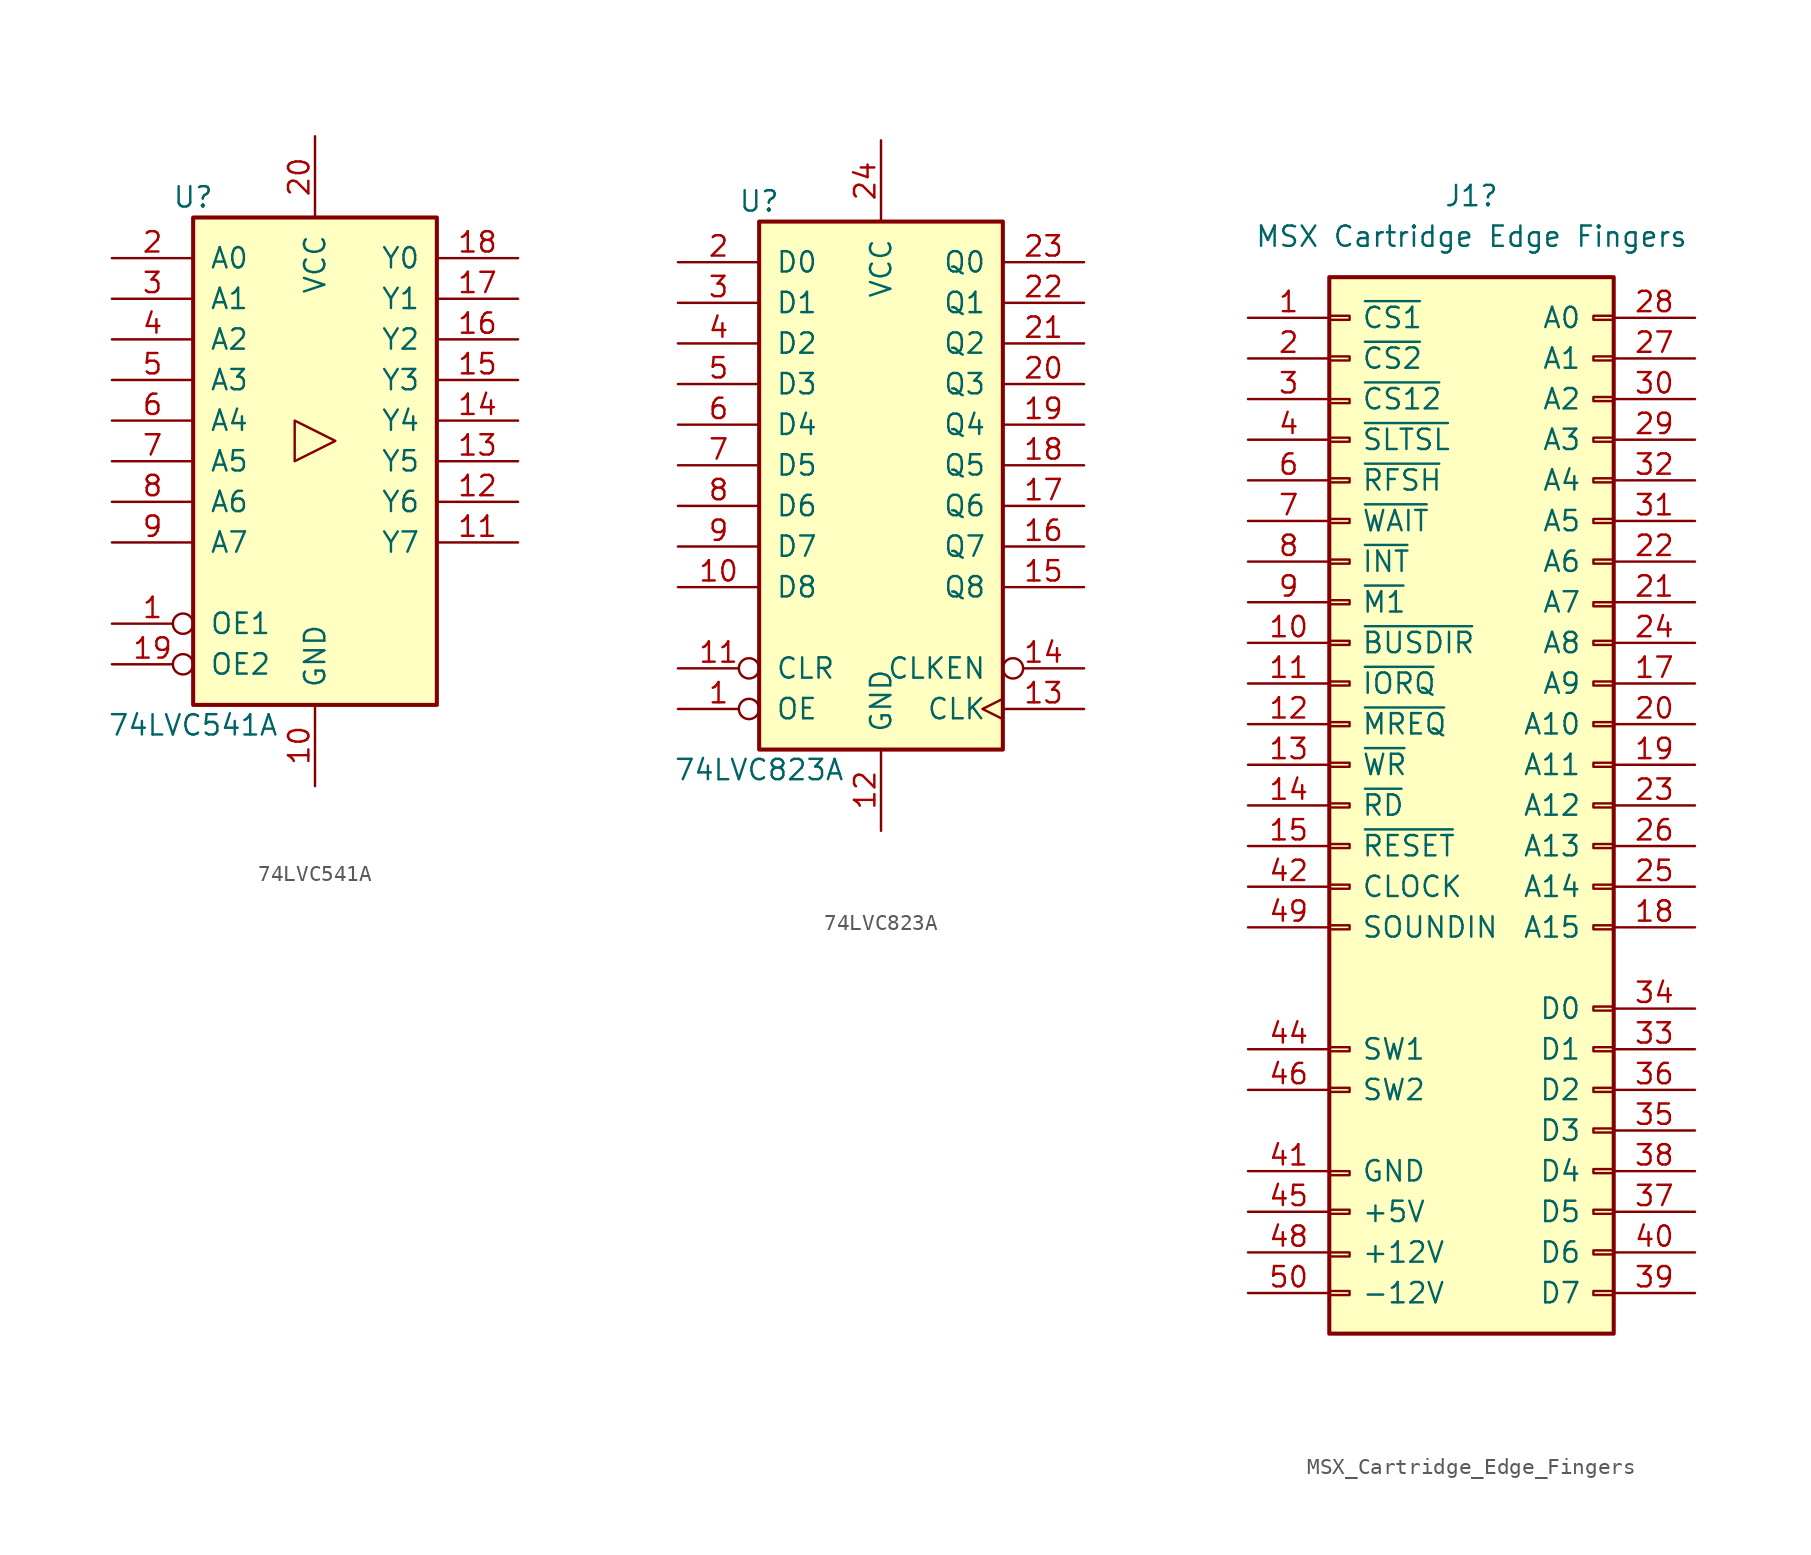
<source format=kicad_sym>
(kicad_symbol_lib
  (version 20241209)
  (generator "kicad_symbol_editor")
  (generator_version "9.0")
  (symbol "74LVC541A"
    (pin_names
      (offset 1.016))
    (property "Reference" "U"
      (at -7.62 16.51 0)
      (effects (font (size 1.27 1.27))))
    (property "Value" "74LVC541A"
      (at -7.62 -16.51 0)
      (effects (font (size 1.27 1.27))))
    (symbol "74LVC541A_1_0"
      (polyline (pts (xy 1.27 1.27) (xy -1.27 2.54) (xy -1.27 0) (xy 1.27 1.27)) (stroke (width 0.152) (type default)) (fill (type none)))
      (pin input line (at -12.7 12.7 0) (length 5.08) (name "A0" (effects (font (size 1.27 1.27)))) (number "2" (effects (font (size 1.27 1.27)))))
      (pin input line (at -12.7 10.16 0) (length 5.08) (name "A1" (effects (font (size 1.27 1.27)))) (number "3" (effects (font (size 1.27 1.27)))))
      (pin input line (at -12.7 7.62 0) (length 5.08) (name "A2" (effects (font (size 1.27 1.27)))) (number "4" (effects (font (size 1.27 1.27)))))
      (pin input line (at -12.7 5.08 0) (length 5.08) (name "A3" (effects (font (size 1.27 1.27)))) (number "5" (effects (font (size 1.27 1.27)))))
      (pin input line (at -12.7 2.54 0) (length 5.08) (name "A4" (effects (font (size 1.27 1.27)))) (number "6" (effects (font (size 1.27 1.27)))))
      (pin input line (at -12.7 0 0) (length 5.08) (name "A5" (effects (font (size 1.27 1.27)))) (number "7" (effects (font (size 1.27 1.27)))))
      (pin input line (at -12.7 -2.54 0) (length 5.08) (name "A6" (effects (font (size 1.27 1.27)))) (number "8" (effects (font (size 1.27 1.27)))))
      (pin input line (at -12.7 -5.08 0) (length 5.08) (name "A7" (effects (font (size 1.27 1.27)))) (number "9" (effects (font (size 1.27 1.27)))))
      (pin input inverted (at -12.7 -10.16 0) (length 5.08) (name "OE1" (effects (font (size 1.27 1.27)))) (number "1" (effects (font (size 1.27 1.27)))))
      (pin input inverted (at -12.7 -12.7 0) (length 5.08) (name "OE2" (effects (font (size 1.27 1.27)))) (number "19" (effects (font (size 1.27 1.27)))))
      (pin power_in line (at 0 20.32 270) (length 5.08) (name "VCC" (effects (font (size 1.27 1.27)))) (number "20" (effects (font (size 1.27 1.27)))))
      (pin power_in line (at 0 -20.32 90) (length 5.08) (name "GND" (effects (font (size 1.27 1.27)))) (number "10" (effects (font (size 1.27 1.27)))))
      (pin tri_state line (at 12.7 12.7 180) (length 5.08) (name "Y0" (effects (font (size 1.27 1.27)))) (number "18" (effects (font (size 1.27 1.27)))))
      (pin tri_state line (at 12.7 10.16 180) (length 5.08) (name "Y1" (effects (font (size 1.27 1.27)))) (number "17" (effects (font (size 1.27 1.27)))))
      (pin tri_state line (at 12.7 7.62 180) (length 5.08) (name "Y2" (effects (font (size 1.27 1.27)))) (number "16" (effects (font (size 1.27 1.27)))))
      (pin tri_state line (at 12.7 5.08 180) (length 5.08) (name "Y3" (effects (font (size 1.27 1.27)))) (number "15" (effects (font (size 1.27 1.27)))))
      (pin tri_state line (at 12.7 2.54 180) (length 5.08) (name "Y4" (effects (font (size 1.27 1.27)))) (number "14" (effects (font (size 1.27 1.27)))))
      (pin tri_state line (at 12.7 0 180) (length 5.08) (name "Y5" (effects (font (size 1.27 1.27)))) (number "13" (effects (font (size 1.27 1.27)))))
      (pin tri_state line (at 12.7 -2.54 180) (length 5.08) (name "Y6" (effects (font (size 1.27 1.27)))) (number "12" (effects (font (size 1.27 1.27)))))
      (pin tri_state line (at 12.7 -5.08 180) (length 5.08) (name "Y7" (effects (font (size 1.27 1.27)))) (number "11" (effects (font (size 1.27 1.27))))))
    (symbol "74LVC541A_1_1"
      (rectangle (start -7.62 15.24) (end 7.62 -15.24) (stroke (width 0.254) (type default)) (fill (type background)))))
  (symbol "74LVC823A"
    (pin_names
      (offset 1.016))
    (property "Reference" "U"
      (at -7.62 17.78 0)
      (effects (font (size 1.27 1.27))))
    (property "Value" "74LVC823A"
      (at -7.62 -17.78 0)
      (effects (font (size 1.27 1.27))))
    (symbol "74LVC823A_1_0"
      (pin input line (at -12.7 13.97 0) (length 5.08) (name "D0" (effects (font (size 1.27 1.27)))) (number "2" (effects (font (size 1.27 1.27)))))
      (pin input line (at -12.7 11.43 0) (length 5.08) (name "D1" (effects (font (size 1.27 1.27)))) (number "3" (effects (font (size 1.27 1.27)))))
      (pin input line (at -12.7 8.89 0) (length 5.08) (name "D2" (effects (font (size 1.27 1.27)))) (number "4" (effects (font (size 1.27 1.27)))))
      (pin input line (at -12.7 6.35 0) (length 5.08) (name "D3" (effects (font (size 1.27 1.27)))) (number "5" (effects (font (size 1.27 1.27)))))
      (pin input line (at -12.7 3.81 0) (length 5.08) (name "D4" (effects (font (size 1.27 1.27)))) (number "6" (effects (font (size 1.27 1.27)))))
      (pin input line (at -12.7 1.27 0) (length 5.08) (name "D5" (effects (font (size 1.27 1.27)))) (number "7" (effects (font (size 1.27 1.27)))))
      (pin input line (at -12.7 -1.27 0) (length 5.08) (name "D6" (effects (font (size 1.27 1.27)))) (number "8" (effects (font (size 1.27 1.27)))))
      (pin input line (at -12.7 -3.81 0) (length 5.08) (name "D7" (effects (font (size 1.27 1.27)))) (number "9" (effects (font (size 1.27 1.27)))))
      (pin input line (at -12.7 -6.35 0) (length 5.08) (name "D8" (effects (font (size 1.27 1.27)))) (number "10" (effects (font (size 1.27 1.27)))))
      (pin input inverted (at -12.7 -11.43 0) (length 5.08) (name "CLR" (effects (font (size 1.27 1.27)))) (number "11" (effects (font (size 1.27 1.27)))))
      (pin input inverted (at -12.7 -13.97 0) (length 5.08) (name "OE" (effects (font (size 1.27 1.27)))) (number "1" (effects (font (size 1.27 1.27)))))
      (pin power_in line (at 0 21.59 270) (length 5.08) (name "VCC" (effects (font (size 1.27 1.27)))) (number "24" (effects (font (size 1.27 1.27)))))
      (pin power_in line (at 0 -21.59 90) (length 5.08) (name "GND" (effects (font (size 1.27 1.27)))) (number "12" (effects (font (size 1.27 1.27)))))
      (pin tri_state line (at 12.7 13.97 180) (length 5.08) (name "Q0" (effects (font (size 1.27 1.27)))) (number "23" (effects (font (size 1.27 1.27)))))
      (pin tri_state line (at 12.7 11.43 180) (length 5.08) (name "Q1" (effects (font (size 1.27 1.27)))) (number "22" (effects (font (size 1.27 1.27)))))
      (pin tri_state line (at 12.7 8.89 180) (length 5.08) (name "Q2" (effects (font (size 1.27 1.27)))) (number "21" (effects (font (size 1.27 1.27)))))
      (pin tri_state line (at 12.7 6.35 180) (length 5.08) (name "Q3" (effects (font (size 1.27 1.27)))) (number "20" (effects (font (size 1.27 1.27)))))
      (pin tri_state line (at 12.7 3.81 180) (length 5.08) (name "Q4" (effects (font (size 1.27 1.27)))) (number "19" (effects (font (size 1.27 1.27)))))
      (pin tri_state line (at 12.7 1.27 180) (length 5.08) (name "Q5" (effects (font (size 1.27 1.27)))) (number "18" (effects (font (size 1.27 1.27)))))
      (pin tri_state line (at 12.7 -1.27 180) (length 5.08) (name "Q6" (effects (font (size 1.27 1.27)))) (number "17" (effects (font (size 1.27 1.27)))))
      (pin tri_state line (at 12.7 -3.81 180) (length 5.08) (name "Q7" (effects (font (size 1.27 1.27)))) (number "16" (effects (font (size 1.27 1.27)))))
      (pin tri_state line (at 12.7 -6.35 180) (length 5.08) (name "Q8" (effects (font (size 1.27 1.27)))) (number "15" (effects (font (size 1.27 1.27)))))
      (pin input inverted (at 12.7 -11.43 180) (length 5.08) (name "CLKEN" (effects (font (size 1.27 1.27)))) (number "14" (effects (font (size 1.27 1.27)))))
      (pin input clock (at 12.7 -13.97 180) (length 5.08) (name "CLK" (effects (font (size 1.27 1.27)))) (number "13" (effects (font (size 1.27 1.27))))))
    (symbol "74LVC823A_1_1"
      (rectangle (start -7.62 16.51) (end 7.62 -16.51) (stroke (width 0.254) (type default)) (fill (type background)))))
  (symbol "MSX_Cartridge_Edge_Fingers"
    (pin_names
      (offset 2))
    (property "Reference" "J1"
      (at 0 38.1 0)
      (effects (font (size 1.27 1.27))))
    (property "Value" "MSX Cartridge Edge Fingers"
      (at 0 35.56 0)
      (effects (font (size 1.27 1.27))))
    (symbol "MSX_Cartridge_Edge_Fingers_1_1"
      (rectangle (start -8.89 33.02) (end 8.89 -33.02) (stroke (width 0.254) (type default)) (fill (type background)))
      (rectangle (start -8.89 30.607) (end -7.62 30.353) (stroke (width 0.152) (type default)) (fill (type none)))
      (rectangle (start -8.89 28.067) (end -7.62 27.813) (stroke (width 0.152) (type default)) (fill (type none)))
      (rectangle (start -8.89 25.4) (end -7.62 25.146) (stroke (width 0.152) (type default)) (fill (type none)))
      (rectangle (start -8.89 22.987) (end -7.62 22.733) (stroke (width 0.152) (type default)) (fill (type none)))
      (rectangle (start -8.89 20.447) (end -7.62 20.193) (stroke (width 0.152) (type default)) (fill (type none)))
      (rectangle (start -8.89 17.907) (end -7.62 17.653) (stroke (width 0.152) (type default)) (fill (type none)))
      (rectangle (start -8.89 15.367) (end -7.62 15.113) (stroke (width 0.152) (type default)) (fill (type none)))
      (rectangle (start -8.89 12.827) (end -7.62 12.573) (stroke (width 0.152) (type default)) (fill (type none)))
      (rectangle (start -8.89 10.287) (end -7.62 10.033) (stroke (width 0.152) (type default)) (fill (type none)))
      (rectangle (start -8.89 7.747) (end -7.62 7.493) (stroke (width 0.152) (type default)) (fill (type none)))
      (rectangle (start -8.89 5.207) (end -7.62 4.953) (stroke (width 0.152) (type default)) (fill (type none)))
      (rectangle (start -8.89 2.667) (end -7.62 2.413) (stroke (width 0.152) (type default)) (fill (type none)))
      (rectangle (start -8.89 0.127) (end -7.62 -0.127) (stroke (width 0.152) (type default)) (fill (type none)))
      (rectangle (start -8.89 -2.413) (end -7.62 -2.667) (stroke (width 0.152) (type default)) (fill (type none)))
      (rectangle (start -8.89 -4.953) (end -7.62 -5.207) (stroke (width 0.152) (type default)) (fill (type none)))
      (rectangle (start -8.89 -7.493) (end -7.62 -7.747) (stroke (width 0.152) (type default)) (fill (type none)))
      (rectangle (start -8.89 -15.113) (end -7.62 -15.367) (stroke (width 0.152) (type default)) (fill (type none)))
      (rectangle (start -8.89 -17.653) (end -7.62 -17.907) (stroke (width 0.152) (type default)) (fill (type none)))
      (rectangle (start -8.89 -22.86) (end -7.62 -23.114) (stroke (width 0.152) (type default)) (fill (type none)))
      (rectangle (start -8.89 -25.273) (end -7.62 -25.527) (stroke (width 0.152) (type default)) (fill (type none)))
      (rectangle (start -8.89 -27.94) (end -7.62 -28.194) (stroke (width 0.152) (type default)) (fill (type none)))
      (rectangle (start -8.89 -30.353) (end -7.62 -30.607) (stroke (width 0.152) (type default)) (fill (type none)))
      (rectangle (start 7.62 12.7) (end 8.89 12.446) (stroke (width 0.152) (type default)) (fill (type none)))
      (rectangle (start 7.62 -22.733) (end 8.89 -22.987) (stroke (width 0.152) (type default)) (fill (type none)))
      (rectangle (start 8.89 30.607) (end 7.62 30.353) (stroke (width 0.152) (type default)) (fill (type none)))
      (rectangle (start 8.89 28.067) (end 7.62 27.813) (stroke (width 0.152) (type default)) (fill (type none)))
      (rectangle (start 8.89 25.527) (end 7.62 25.273) (stroke (width 0.152) (type default)) (fill (type none)))
      (rectangle (start 8.89 22.987) (end 7.62 22.733) (stroke (width 0.152) (type default)) (fill (type none)))
      (rectangle (start 8.89 20.447) (end 7.62 20.193) (stroke (width 0.152) (type default)) (fill (type none)))
      (rectangle (start 8.89 17.907) (end 7.62 17.653) (stroke (width 0.152) (type default)) (fill (type none)))
      (rectangle (start 8.89 15.367) (end 7.62 15.113) (stroke (width 0.152) (type default)) (fill (type none)))
      (rectangle (start 8.89 10.287) (end 7.62 10.033) (stroke (width 0.152) (type default)) (fill (type none)))
      (rectangle (start 8.89 7.747) (end 7.62 7.493) (stroke (width 0.152) (type default)) (fill (type none)))
      (rectangle (start 8.89 5.207) (end 7.62 4.953) (stroke (width 0.152) (type default)) (fill (type none)))
      (rectangle (start 8.89 2.667) (end 7.62 2.413) (stroke (width 0.152) (type default)) (fill (type none)))
      (rectangle (start 8.89 0.127) (end 7.62 -0.127) (stroke (width 0.152) (type default)) (fill (type none)))
      (rectangle (start 8.89 -2.413) (end 7.62 -2.667) (stroke (width 0.152) (type default)) (fill (type none)))
      (rectangle (start 8.89 -4.953) (end 7.62 -5.207) (stroke (width 0.152) (type default)) (fill (type none)))
      (rectangle (start 8.89 -7.493) (end 7.62 -7.747) (stroke (width 0.152) (type default)) (fill (type none)))
      (rectangle (start 8.89 -12.573) (end 7.62 -12.827) (stroke (width 0.152) (type default)) (fill (type none)))
      (rectangle (start 8.89 -15.113) (end 7.62 -15.367) (stroke (width 0.152) (type default)) (fill (type none)))
      (rectangle (start 8.89 -17.653) (end 7.62 -17.907) (stroke (width 0.152) (type default)) (fill (type none)))
      (rectangle (start 8.89 -20.193) (end 7.62 -20.447) (stroke (width 0.152) (type default)) (fill (type none)))
      (rectangle (start 8.89 -25.273) (end 7.62 -25.527) (stroke (width 0.152) (type default)) (fill (type none)))
      (rectangle (start 8.89 -27.813) (end 7.62 -28.067) (stroke (width 0.152) (type default)) (fill (type none)))
      (rectangle (start 8.89 -30.353) (end 7.62 -30.607) (stroke (width 0.152) (type default)) (fill (type none)))
      (pin output line (at -13.97 30.48 0) (length 5.08) (name "~{CS1}" (effects (font (size 1.27 1.27)))) (number "1" (effects (font (size 1.27 1.27)))))
      (pin output line (at -13.97 27.94 0) (length 5.08) (name "~{CS2}" (effects (font (size 1.27 1.27)))) (number "2" (effects (font (size 1.27 1.27)))))
      (pin output line (at -13.97 25.4 0) (length 5.08) (name "~{CS12}" (effects (font (size 1.27 1.27)))) (number "3" (effects (font (size 1.27 1.27)))))
      (pin output line (at -13.97 22.86 0) (length 5.08) (name "~{SLTSL}" (effects (font (size 1.27 1.27)))) (number "4" (effects (font (size 1.27 1.27)))))
      (pin output line (at -13.97 20.32 0) (length 5.08) (name "~{RFSH}" (effects (font (size 1.27 1.27)))) (number "6" (effects (font (size 1.27 1.27)))))
      (pin open_collector line (at -13.97 17.78 0) (length 5.08) (name "~{WAIT}" (effects (font (size 1.27 1.27)))) (number "7" (effects (font (size 1.27 1.27)))))
      (pin open_collector line (at -13.97 15.24 0) (length 5.08) (name "~{INT}" (effects (font (size 1.27 1.27)))) (number "8" (effects (font (size 1.27 1.27)))))
      (pin output line (at -13.97 12.7 0) (length 5.08) (name "~{M1}" (effects (font (size 1.27 1.27)))) (number "9" (effects (font (size 1.27 1.27)))))
      (pin input line (at -13.97 10.16 0) (length 5.08) (name "~{BUSDIR}" (effects (font (size 1.27 1.27)))) (number "10" (effects (font (size 1.27 1.27)))))
      (pin output line (at -13.97 7.62 0) (length 5.08) (name "~{IORQ}" (effects (font (size 1.27 1.27)))) (number "11" (effects (font (size 1.27 1.27)))))
      (pin output line (at -13.97 5.08 0) (length 5.08) (name "~{MREQ}" (effects (font (size 1.27 1.27)))) (number "12" (effects (font (size 1.27 1.27)))))
      (pin output line (at -13.97 2.54 0) (length 5.08) (name "~{WR}" (effects (font (size 1.27 1.27)))) (number "13" (effects (font (size 1.27 1.27)))))
      (pin output line (at -13.97 0 0) (length 5.08) (name "~{RD}" (effects (font (size 1.27 1.27)))) (number "14" (effects (font (size 1.27 1.27)))))
      (pin output line (at -13.97 -2.54 0) (length 5.08) (name "~{RESET}" (effects (font (size 1.27 1.27)))) (number "15" (effects (font (size 1.27 1.27)))))
      (pin output line (at -13.97 -5.08 0) (length 5.08) (name "CLOCK" (effects (font (size 1.27 1.27)))) (number "42" (effects (font (size 1.27 1.27)))))
      (pin input line (at -13.97 -7.62 0) (length 5.08) (name "SOUNDIN" (effects (font (size 1.27 1.27)))) (number "49" (effects (font (size 1.27 1.27)))))
      (pin power_out line (at -13.97 -15.24 0) (length 5.08) (name "SW1" (effects (font (size 1.27 1.27)))) (number "44" (effects (font (size 1.27 1.27)))))
      (pin power_in line (at -13.97 -17.78 0) (length 5.08) (name "SW2" (effects (font (size 1.27 1.27)))) (number "46" (effects (font (size 1.27 1.27)))))
      (pin power_out line (at -13.97 -22.86 0) (length 5.08) (name "GND" (effects (font (size 1.27 1.27)))) (number "41" (effects (font (size 1.27 1.27)))))
      (pin passive line (at -13.97 -22.86 0) (length 5.08) (hide yes) (name "GND" (effects (font (size 1.27 1.27)))) (number "43" (effects (font (size 1.27 1.27)))))
      (pin power_out line (at -13.97 -25.4 0) (length 5.08) (name "+5V" (effects (font (size 1.27 1.27)))) (number "45" (effects (font (size 1.27 1.27)))))
      (pin passive line (at -13.97 -25.4 0) (length 5.08) (hide yes) (name "+5V" (effects (font (size 1.27 1.27)))) (number "47" (effects (font (size 1.27 1.27)))))
      (pin power_out line (at -13.97 -27.94 0) (length 5.08) (name "+12V" (effects (font (size 1.27 1.27)))) (number "48" (effects (font (size 1.27 1.27)))))
      (pin power_out line (at -13.97 -30.48 0) (length 5.08) (name "-12V" (effects (font (size 1.27 1.27)))) (number "50" (effects (font (size 1.27 1.27)))))
      (pin no_connect non_logic (at -8.89 -10.16 0) (length 5.08) (hide yes) (name "N.C." (effects (font (size 1.27 1.27)))) (number "5" (effects (font (size 1.27 1.27)))))
      (pin no_connect non_logic (at -8.89 -12.7 0) (length 5.08) (hide yes) (name "N.C." (effects (font (size 1.27 1.27)))) (number "16" (effects (font (size 1.27 1.27)))))
      (pin output line (at 13.97 30.48 180) (length 5.08) (name "A0" (effects (font (size 1.27 1.27)))) (number "28" (effects (font (size 1.27 1.27)))))
      (pin output line (at 13.97 27.94 180) (length 5.08) (name "A1" (effects (font (size 1.27 1.27)))) (number "27" (effects (font (size 1.27 1.27)))))
      (pin output line (at 13.97 25.4 180) (length 5.08) (name "A2" (effects (font (size 1.27 1.27)))) (number "30" (effects (font (size 1.27 1.27)))))
      (pin output line (at 13.97 22.86 180) (length 5.08) (name "A3" (effects (font (size 1.27 1.27)))) (number "29" (effects (font (size 1.27 1.27)))))
      (pin output line (at 13.97 20.32 180) (length 5.08) (name "A4" (effects (font (size 1.27 1.27)))) (number "32" (effects (font (size 1.27 1.27)))))
      (pin output line (at 13.97 17.78 180) (length 5.08) (name "A5" (effects (font (size 1.27 1.27)))) (number "31" (effects (font (size 1.27 1.27)))))
      (pin output line (at 13.97 15.24 180) (length 5.08) (name "A6" (effects (font (size 1.27 1.27)))) (number "22" (effects (font (size 1.27 1.27)))))
      (pin output line (at 13.97 12.7 180) (length 5.08) (name "A7" (effects (font (size 1.27 1.27)))) (number "21" (effects (font (size 1.27 1.27)))))
      (pin output line (at 13.97 10.16 180) (length 5.08) (name "A8" (effects (font (size 1.27 1.27)))) (number "24" (effects (font (size 1.27 1.27)))))
      (pin output line (at 13.97 7.62 180) (length 5.08) (name "A9" (effects (font (size 1.27 1.27)))) (number "17" (effects (font (size 1.27 1.27)))))
      (pin output line (at 13.97 5.08 180) (length 5.08) (name "A10" (effects (font (size 1.27 1.27)))) (number "20" (effects (font (size 1.27 1.27)))))
      (pin output line (at 13.97 2.54 180) (length 5.08) (name "A11" (effects (font (size 1.27 1.27)))) (number "19" (effects (font (size 1.27 1.27)))))
      (pin output line (at 13.97 0 180) (length 5.08) (name "A12" (effects (font (size 1.27 1.27)))) (number "23" (effects (font (size 1.27 1.27)))))
      (pin output line (at 13.97 -2.54 180) (length 5.08) (name "A13" (effects (font (size 1.27 1.27)))) (number "26" (effects (font (size 1.27 1.27)))))
      (pin output line (at 13.97 -5.08 180) (length 5.08) (name "A14" (effects (font (size 1.27 1.27)))) (number "25" (effects (font (size 1.27 1.27)))))
      (pin output line (at 13.97 -7.62 180) (length 5.08) (name "A15" (effects (font (size 1.27 1.27)))) (number "18" (effects (font (size 1.27 1.27)))))
      (pin tri_state line (at 13.97 -12.7 180) (length 5.08) (name "D0" (effects (font (size 1.27 1.27)))) (number "34" (effects (font (size 1.27 1.27)))))
      (pin tri_state line (at 13.97 -15.24 180) (length 5.08) (name "D1" (effects (font (size 1.27 1.27)))) (number "33" (effects (font (size 1.27 1.27)))))
      (pin tri_state line (at 13.97 -17.78 180) (length 5.08) (name "D2" (effects (font (size 1.27 1.27)))) (number "36" (effects (font (size 1.27 1.27)))))
      (pin tri_state line (at 13.97 -20.32 180) (length 5.08) (name "D3" (effects (font (size 1.27 1.27)))) (number "35" (effects (font (size 1.27 1.27)))))
      (pin tri_state line (at 13.97 -22.86 180) (length 5.08) (name "D4" (effects (font (size 1.27 1.27)))) (number "38" (effects (font (size 1.27 1.27)))))
      (pin tri_state line (at 13.97 -25.4 180) (length 5.08) (name "D5" (effects (font (size 1.27 1.27)))) (number "37" (effects (font (size 1.27 1.27)))))
      (pin tri_state line (at 13.97 -27.94 180) (length 5.08) (name "D6" (effects (font (size 1.27 1.27)))) (number "40" (effects (font (size 1.27 1.27)))))
      (pin tri_state line (at 13.97 -30.48 180) (length 5.08) (name "D7" (effects (font (size 1.27 1.27)))) (number "39" (effects (font (size 1.27 1.27))))))))
</source>
